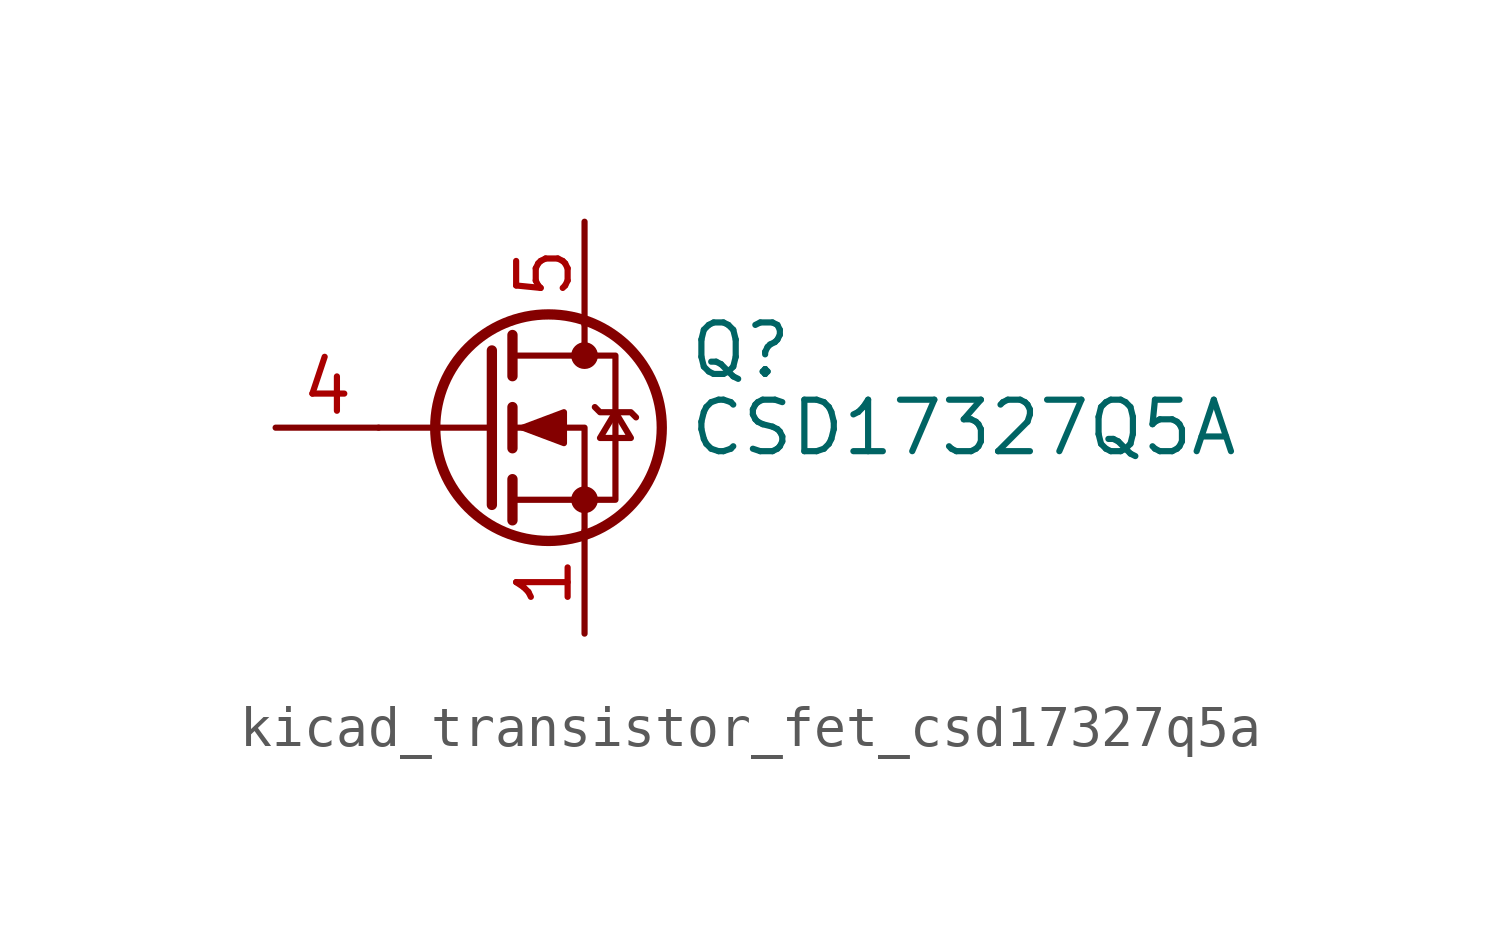
<source format=kicad_sym>
(kicad_symbol_lib
  (version 20220914)
  (generator kicad_symbol_editor)
  (symbol "kicad_transistor_fet_csd17327q5a"
    (pin_names hide)
    (property "Reference" "Q"
      (at 5.08 1.905 0)
      (effects (font (size 1.27 1.27)) (justify left)))
    (property "Value" "CSD17327Q5A"
      (at 5.08 0 0)
      (effects (font (size 1.27 1.27)) (justify left)))
    (symbol "kicad_transistor_fet_csd17327q5a_0_1"
      (polyline (pts (xy 0.254 0) (xy -2.54 0)) (stroke (width 0) (type default)) (fill (type none)))
      (polyline (pts (xy 0.254 1.905) (xy 0.254 -1.905)) (stroke (width 0.254) (type default)) (fill (type none)))
      (polyline (pts (xy 0.762 -1.27) (xy 0.762 -2.286)) (stroke (width 0.254) (type default)) (fill (type none)))
      (polyline (pts (xy 0.762 0.508) (xy 0.762 -0.508)) (stroke (width 0.254) (type default)) (fill (type none)))
      (polyline (pts (xy 0.762 2.286) (xy 0.762 1.27)) (stroke (width 0.254) (type default)) (fill (type none)))
      (polyline (pts (xy 2.54 2.54) (xy 2.54 1.778)) (stroke (width 0) (type default)) (fill (type none)))
      (polyline (pts (xy 2.54 -2.54) (xy 2.54 0) (xy 0.762 0)) (stroke (width 0) (type default)) (fill (type none)))
      (polyline (pts (xy 0.762 -1.778) (xy 3.302 -1.778) (xy 3.302 1.778) (xy 0.762 1.778)) (stroke (width 0) (type default)) (fill (type none)))
      (polyline (pts (xy 1.016 0) (xy 2.032 0.381) (xy 2.032 -0.381) (xy 1.016 0)) (stroke (width 0) (type default)) (fill (type outline)))
      (polyline (pts (xy 2.794 0.508) (xy 2.921 0.381) (xy 3.683 0.381) (xy 3.81 0.254)) (stroke (width 0) (type default)) (fill (type none)))
      (polyline (pts (xy 3.302 0.381) (xy 2.921 -0.254) (xy 3.683 -0.254) (xy 3.302 0.381)) (stroke (width 0) (type default)) (fill (type none)))
      (circle (center 1.651 0) (radius 2.794) (stroke (width 0.254) (type default)) (fill (type none)))
      (circle (center 2.54 -1.778) (radius 0.254) (stroke (width 0) (type default)) (fill (type outline)))
      (circle (center 2.54 1.778) (radius 0.254) (stroke (width 0) (type default)) (fill (type outline))))
    (symbol "kicad_transistor_fet_csd17327q5a_1_1"
      (pin passive line (at 2.54 -5.08 90) (length 2.54) (name "S" (effects (font (size 1.27 1.27)))) (number "1" (effects (font (size 1.27 1.27)))))
      (pin passive line (at 2.54 -5.08 90) (length 2.54) hide (name "S" (effects (font (size 1.27 1.27)))) (number "2" (effects (font (size 1.27 1.27)))))
      (pin passive line (at 2.54 -5.08 90) (length 2.54) hide (name "S" (effects (font (size 1.27 1.27)))) (number "3" (effects (font (size 1.27 1.27)))))
      (pin passive line (at -5.08 0 0) (length 2.54) (name "G" (effects (font (size 1.27 1.27)))) (number "4" (effects (font (size 1.27 1.27)))))
      (pin passive line (at 2.54 5.08 270) (length 2.54) (name "D" (effects (font (size 1.27 1.27)))) (number "5" (effects (font (size 1.27 1.27))))))))
</source>
